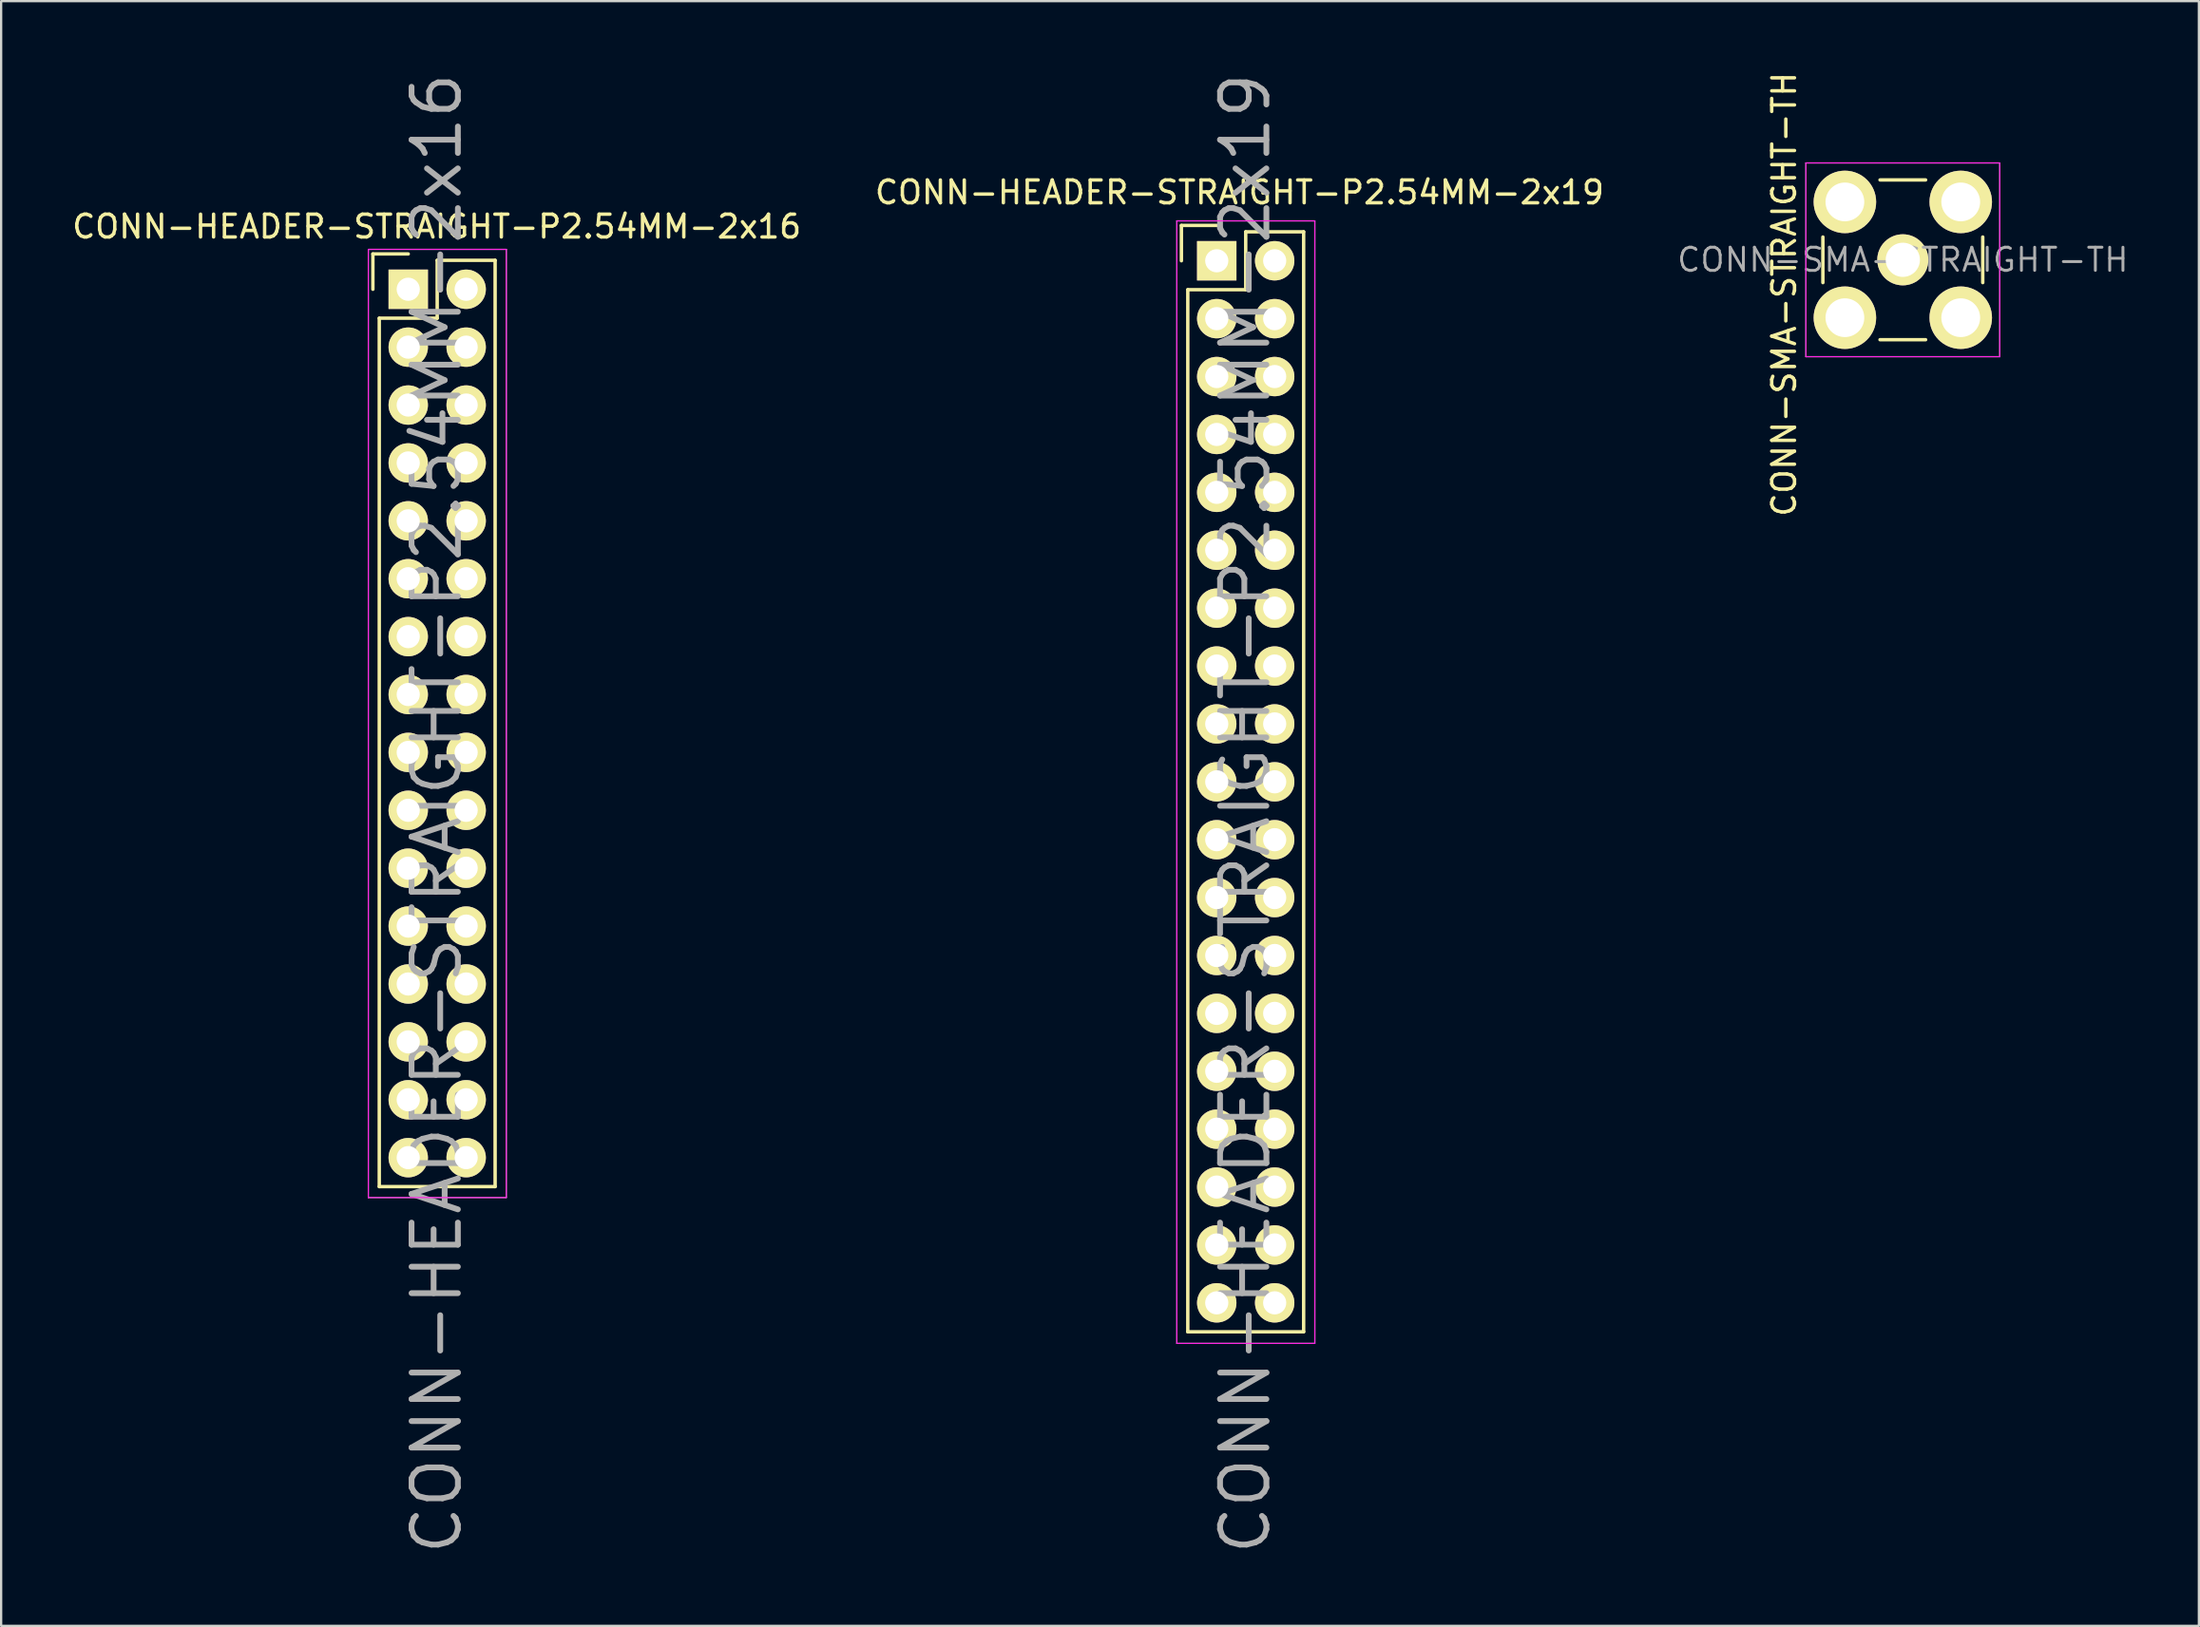
<source format=kicad_pcb>
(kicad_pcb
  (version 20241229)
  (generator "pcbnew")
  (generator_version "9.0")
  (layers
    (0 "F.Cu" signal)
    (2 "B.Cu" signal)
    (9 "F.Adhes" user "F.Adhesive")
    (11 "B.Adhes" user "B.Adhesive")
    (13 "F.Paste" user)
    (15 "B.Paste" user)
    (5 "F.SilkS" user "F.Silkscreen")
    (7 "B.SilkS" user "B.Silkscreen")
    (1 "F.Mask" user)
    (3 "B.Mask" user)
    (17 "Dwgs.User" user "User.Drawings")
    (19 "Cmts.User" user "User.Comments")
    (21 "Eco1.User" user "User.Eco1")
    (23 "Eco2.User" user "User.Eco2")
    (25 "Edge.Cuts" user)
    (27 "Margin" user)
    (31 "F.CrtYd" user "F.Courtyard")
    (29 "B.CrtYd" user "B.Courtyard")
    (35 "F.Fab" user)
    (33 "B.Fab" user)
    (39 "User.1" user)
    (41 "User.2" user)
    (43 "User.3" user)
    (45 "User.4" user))
  (footprint "CONN-HEADER-STRAIGHT-P2.54MM-2x19"
    (layer "F.Cu")
    (at 50.304 8.391)
    (property "Reference" "CONN-HEADER-STRAIGHT-P2.54MM-2x19" (at 1.25 24.25 90) (layer "F.Fab") (effects (font (size 2.032 2.032) (thickness 0.254))))
    (attr through_hole)
    (fp_line (start -1.55 -1.55) (end -1.55 0) (stroke (width 0.15) (type solid)) (layer "F.SilkS"))
    (fp_line (start -1.27 46.99) (end -1.27 1.27) (stroke (width 0.15) (type solid)) (layer "F.SilkS"))
    (fp_line (start 0 -1.55) (end -1.55 -1.55) (stroke (width 0.15) (type solid)) (layer "F.SilkS"))
    (fp_line (start 1.27 -1.27) (end 1.27 1.27) (stroke (width 0.15) (type solid)) (layer "F.SilkS"))
    (fp_line (start 1.27 1.27) (end -1.27 1.27) (stroke (width 0.15) (type solid)) (layer "F.SilkS"))
    (fp_line (start 3.81 -1.27) (end 1.27 -1.27) (stroke (width 0.15) (type solid)) (layer "F.SilkS"))
    (fp_line (start 3.81 -1.27) (end 3.81 46.99) (stroke (width 0.15) (type solid)) (layer "F.SilkS"))
    (fp_line (start 3.81 46.99) (end -1.27 46.99) (stroke (width 0.15) (type solid)) (layer "F.SilkS"))
    (fp_line (start -1.75 -1.75) (end -1.75 47.5) (stroke (width 0.05) (type solid)) (layer "F.CrtYd"))
    (fp_line (start -1.75 -1.75) (end 4.3 -1.75) (stroke (width 0.05) (type solid)) (layer "F.CrtYd"))
    (fp_line (start -1.75 47.5) (end 4.3 47.5) (stroke (width 0.05) (type solid)) (layer "F.CrtYd"))
    (fp_line (start 4.3 -1.75) (end 4.3 47.5) (stroke (width 0.05) (type solid)) (layer "F.CrtYd"))
    (fp_line (start -1.75 -1.75) (end -1.75 47.5) (stroke (width 0.05) (type solid)) (layer "F.Fab"))
    (fp_line (start -1.75 -1.75) (end 4.3 -1.75) (stroke (width 0.05) (type solid)) (layer "F.Fab"))
    (fp_line (start -1.75 47.5) (end 4.3 47.5) (stroke (width 0.05) (type solid)) (layer "F.Fab"))
    (fp_line (start 4.3 -1.75) (end 4.3 47.5) (stroke (width 0.05) (type solid)) (layer "F.Fab"))
    (fp_text user "${REFERENCE}" (at 1 -3 0) (layer "F.SilkS") (effects (font (size 1 1) (thickness 0.15))))
    (pad "1" thru_hole rect (at 0 0) (size 1.727 1.727) (drill 1.016) (layers "*.Cu" "*.Mask" "F.SilkS"))
    (pad "2" thru_hole oval (at 2.54 0) (size 1.727 1.727) (drill 1.016) (layers "*.Cu" "*.Mask" "F.SilkS"))
    (pad "3" thru_hole oval (at 0 2.54) (size 1.727 1.727) (drill 1.016) (layers "*.Cu" "*.Mask" "F.SilkS"))
    (pad "4" thru_hole oval (at 2.54 2.54) (size 1.727 1.727) (drill 1.016) (layers "*.Cu" "*.Mask" "F.SilkS"))
    (pad "5" thru_hole oval (at 0 5.08) (size 1.727 1.727) (drill 1.016) (layers "*.Cu" "*.Mask" "F.SilkS"))
    (pad "6" thru_hole oval (at 2.54 5.08) (size 1.727 1.727) (drill 1.016) (layers "*.Cu" "*.Mask" "F.SilkS"))
    (pad "7" thru_hole oval (at 0 7.62) (size 1.727 1.727) (drill 1.016) (layers "*.Cu" "*.Mask" "F.SilkS"))
    (pad "8" thru_hole oval (at 2.54 7.62) (size 1.727 1.727) (drill 1.016) (layers "*.Cu" "*.Mask" "F.SilkS"))
    (pad "9" thru_hole oval (at 0 10.16) (size 1.727 1.727) (drill 1.016) (layers "*.Cu" "*.Mask" "F.SilkS"))
    (pad "10" thru_hole oval (at 2.54 10.16) (size 1.727 1.727) (drill 1.016) (layers "*.Cu" "*.Mask" "F.SilkS"))
    (pad "11" thru_hole oval (at 0 12.7) (size 1.727 1.727) (drill 1.016) (layers "*.Cu" "*.Mask" "F.SilkS"))
    (pad "12" thru_hole oval (at 2.54 12.7) (size 1.727 1.727) (drill 1.016) (layers "*.Cu" "*.Mask" "F.SilkS"))
    (pad "13" thru_hole oval (at 0 15.24) (size 1.727 1.727) (drill 1.016) (layers "*.Cu" "*.Mask" "F.SilkS"))
    (pad "14" thru_hole oval (at 2.54 15.24) (size 1.727 1.727) (drill 1.016) (layers "*.Cu" "*.Mask" "F.SilkS"))
    (pad "15" thru_hole oval (at 0 17.78) (size 1.727 1.727) (drill 1.016) (layers "*.Cu" "*.Mask" "F.SilkS"))
    (pad "16" thru_hole oval (at 2.54 17.78) (size 1.727 1.727) (drill 1.016) (layers "*.Cu" "*.Mask" "F.SilkS"))
    (pad "17" thru_hole oval (at 0 20.32) (size 1.727 1.727) (drill 1.016) (layers "*.Cu" "*.Mask" "F.SilkS"))
    (pad "18" thru_hole oval (at 2.54 20.32) (size 1.727 1.727) (drill 1.016) (layers "*.Cu" "*.Mask" "F.SilkS"))
    (pad "19" thru_hole oval (at 0 22.86) (size 1.727 1.727) (drill 1.016) (layers "*.Cu" "*.Mask" "F.SilkS"))
    (pad "20" thru_hole oval (at 2.54 22.86) (size 1.727 1.727) (drill 1.016) (layers "*.Cu" "*.Mask" "F.SilkS"))
    (pad "21" thru_hole oval (at 0 25.4) (size 1.727 1.727) (drill 1.016) (layers "*.Cu" "*.Mask" "F.SilkS"))
    (pad "22" thru_hole oval (at 2.54 25.4) (size 1.727 1.727) (drill 1.016) (layers "*.Cu" "*.Mask" "F.SilkS"))
    (pad "23" thru_hole oval (at 0 27.94) (size 1.727 1.727) (drill 1.016) (layers "*.Cu" "*.Mask" "F.SilkS"))
    (pad "24" thru_hole oval (at 2.54 27.94) (size 1.727 1.727) (drill 1.016) (layers "*.Cu" "*.Mask" "F.SilkS"))
    (pad "25" thru_hole oval (at 0 30.48) (size 1.727 1.727) (drill 1.016) (layers "*.Cu" "*.Mask" "F.SilkS"))
    (pad "26" thru_hole oval (at 2.54 30.48) (size 1.727 1.727) (drill 1.016) (layers "*.Cu" "*.Mask" "F.SilkS"))
    (pad "27" thru_hole oval (at 0 33.02) (size 1.727 1.727) (drill 1.016) (layers "*.Cu" "*.Mask" "F.SilkS"))
    (pad "28" thru_hole oval (at 2.54 33.02) (size 1.727 1.727) (drill 1.016) (layers "*.Cu" "*.Mask" "F.SilkS"))
    (pad "29" thru_hole oval (at 0 35.56) (size 1.727 1.727) (drill 1.016) (layers "*.Cu" "*.Mask" "F.SilkS"))
    (pad "30" thru_hole oval (at 2.54 35.56) (size 1.727 1.727) (drill 1.016) (layers "*.Cu" "*.Mask" "F.SilkS"))
    (pad "31" thru_hole oval (at 0 38.1) (size 1.727 1.727) (drill 1.016) (layers "*.Cu" "*.Mask" "F.SilkS"))
    (pad "32" thru_hole oval (at 2.54 38.1) (size 1.727 1.727) (drill 1.016) (layers "*.Cu" "*.Mask" "F.SilkS"))
    (pad "33" thru_hole oval (at 0 40.64) (size 1.727 1.727) (drill 1.016) (layers "*.Cu" "*.Mask" "F.SilkS"))
    (pad "34" thru_hole oval (at 2.54 40.64) (size 1.727 1.727) (drill 1.016) (layers "*.Cu" "*.Mask" "F.SilkS"))
    (pad "35" thru_hole oval (at 0 43.18) (size 1.727 1.727) (drill 1.016) (layers "*.Cu" "*.Mask" "F.SilkS"))
    (pad "36" thru_hole oval (at 2.54 43.18) (size 1.727 1.727) (drill 1.016) (layers "*.Cu" "*.Mask" "F.SilkS"))
    (pad "37" thru_hole oval (at 0 45.72) (size 1.727 1.727) (drill 1.016) (layers "*.Cu" "*.Mask" "F.SilkS"))
    (pad "38" thru_hole oval (at 2.54 45.72) (size 1.727 1.727) (drill 1.016) (layers "*.Cu" "*.Mask" "F.SilkS")))
  (footprint "CONN-HEADER-STRAIGHT-P2.54MM-2x16"
    (layer "F.Cu")
    (at 14.851 9.641)
    (property "Reference" "CONN-HEADER-STRAIGHT-P2.54MM-2x16" (at 1.25 23 90) (layer "F.Fab") (effects (font (size 2.032 2.032) (thickness 0.254))))
    (attr through_hole)
    (fp_line (start -1.55 -1.55) (end -1.55 0) (stroke (width 0.15) (type solid)) (layer "F.SilkS"))
    (fp_line (start -1.27 1.27) (end -1.27 39.37) (stroke (width 0.15) (type solid)) (layer "F.SilkS"))
    (fp_line (start 0 -1.55) (end -1.55 -1.55) (stroke (width 0.15) (type solid)) (layer "F.SilkS"))
    (fp_line (start 1.27 -1.27) (end 1.27 1.27) (stroke (width 0.15) (type solid)) (layer "F.SilkS"))
    (fp_line (start 1.27 1.27) (end -1.27 1.27) (stroke (width 0.15) (type solid)) (layer "F.SilkS"))
    (fp_line (start 3.81 -1.27) (end 1.27 -1.27) (stroke (width 0.15) (type solid)) (layer "F.SilkS"))
    (fp_line (start 3.81 39.37) (end -1.27 39.37) (stroke (width 0.15) (type solid)) (layer "F.SilkS"))
    (fp_line (start 3.81 39.37) (end 3.81 -1.27) (stroke (width 0.15) (type solid)) (layer "F.SilkS"))
    (fp_line (start -1.75 -1.75) (end -1.75 39.85) (stroke (width 0.05) (type solid)) (layer "F.CrtYd"))
    (fp_line (start -1.75 -1.75) (end 4.3 -1.75) (stroke (width 0.05) (type solid)) (layer "F.CrtYd"))
    (fp_line (start -1.75 39.85) (end 4.3 39.85) (stroke (width 0.05) (type solid)) (layer "F.CrtYd"))
    (fp_line (start 4.3 -1.75) (end 4.3 39.85) (stroke (width 0.05) (type solid)) (layer "F.CrtYd"))
    (fp_line (start -1.75 -1.75) (end -1.75 39.85) (stroke (width 0.05) (type solid)) (layer "F.Fab"))
    (fp_line (start -1.75 -1.75) (end 4.3 -1.75) (stroke (width 0.05) (type solid)) (layer "F.Fab"))
    (fp_line (start -1.75 39.85) (end 4.3 39.85) (stroke (width 0.05) (type solid)) (layer "F.Fab"))
    (fp_line (start 4.3 -1.75) (end 4.3 39.85) (stroke (width 0.05) (type solid)) (layer "F.Fab"))
    (fp_text user "${REFERENCE}" (at 1.25 -2.75 0) (layer "F.SilkS") (effects (font (size 1 1) (thickness 0.15))))
    (pad "1" thru_hole rect (at 0 0) (size 1.727 1.727) (drill 1.016) (layers "*.Cu" "*.Mask" "F.SilkS"))
    (pad "2" thru_hole oval (at 2.54 0) (size 1.727 1.727) (drill 1.016) (layers "*.Cu" "*.Mask" "F.SilkS"))
    (pad "3" thru_hole oval (at 0 2.54) (size 1.727 1.727) (drill 1.016) (layers "*.Cu" "*.Mask" "F.SilkS"))
    (pad "4" thru_hole oval (at 2.54 2.54) (size 1.727 1.727) (drill 1.016) (layers "*.Cu" "*.Mask" "F.SilkS"))
    (pad "5" thru_hole oval (at 0 5.08) (size 1.727 1.727) (drill 1.016) (layers "*.Cu" "*.Mask" "F.SilkS"))
    (pad "6" thru_hole oval (at 2.54 5.08) (size 1.727 1.727) (drill 1.016) (layers "*.Cu" "*.Mask" "F.SilkS"))
    (pad "7" thru_hole oval (at 0 7.62) (size 1.727 1.727) (drill 1.016) (layers "*.Cu" "*.Mask" "F.SilkS"))
    (pad "8" thru_hole oval (at 2.54 7.62) (size 1.727 1.727) (drill 1.016) (layers "*.Cu" "*.Mask" "F.SilkS"))
    (pad "9" thru_hole oval (at 0 10.16) (size 1.727 1.727) (drill 1.016) (layers "*.Cu" "*.Mask" "F.SilkS"))
    (pad "10" thru_hole oval (at 2.54 10.16) (size 1.727 1.727) (drill 1.016) (layers "*.Cu" "*.Mask" "F.SilkS"))
    (pad "11" thru_hole oval (at 0 12.7) (size 1.727 1.727) (drill 1.016) (layers "*.Cu" "*.Mask" "F.SilkS"))
    (pad "12" thru_hole oval (at 2.54 12.7) (size 1.727 1.727) (drill 1.016) (layers "*.Cu" "*.Mask" "F.SilkS"))
    (pad "13" thru_hole oval (at 0 15.24) (size 1.727 1.727) (drill 1.016) (layers "*.Cu" "*.Mask" "F.SilkS"))
    (pad "14" thru_hole oval (at 2.54 15.24) (size 1.727 1.727) (drill 1.016) (layers "*.Cu" "*.Mask" "F.SilkS"))
    (pad "15" thru_hole oval (at 0 17.78) (size 1.727 1.727) (drill 1.016) (layers "*.Cu" "*.Mask" "F.SilkS"))
    (pad "16" thru_hole oval (at 2.54 17.78) (size 1.727 1.727) (drill 1.016) (layers "*.Cu" "*.Mask" "F.SilkS"))
    (pad "17" thru_hole oval (at 0 20.32) (size 1.727 1.727) (drill 1.016) (layers "*.Cu" "*.Mask" "F.SilkS"))
    (pad "18" thru_hole oval (at 2.54 20.32) (size 1.727 1.727) (drill 1.016) (layers "*.Cu" "*.Mask" "F.SilkS"))
    (pad "19" thru_hole oval (at 0 22.86) (size 1.727 1.727) (drill 1.016) (layers "*.Cu" "*.Mask" "F.SilkS"))
    (pad "20" thru_hole oval (at 2.54 22.86) (size 1.727 1.727) (drill 1.016) (layers "*.Cu" "*.Mask" "F.SilkS"))
    (pad "21" thru_hole oval (at 0 25.4) (size 1.727 1.727) (drill 1.016) (layers "*.Cu" "*.Mask" "F.SilkS"))
    (pad "22" thru_hole oval (at 2.54 25.4) (size 1.727 1.727) (drill 1.016) (layers "*.Cu" "*.Mask" "F.SilkS"))
    (pad "23" thru_hole oval (at 0 27.94) (size 1.727 1.727) (drill 1.016) (layers "*.Cu" "*.Mask" "F.SilkS"))
    (pad "24" thru_hole oval (at 2.54 27.94) (size 1.727 1.727) (drill 1.016) (layers "*.Cu" "*.Mask" "F.SilkS"))
    (pad "25" thru_hole oval (at 0 30.48) (size 1.727 1.727) (drill 1.016) (layers "*.Cu" "*.Mask" "F.SilkS"))
    (pad "26" thru_hole oval (at 2.54 30.48) (size 1.727 1.727) (drill 1.016) (layers "*.Cu" "*.Mask" "F.SilkS"))
    (pad "27" thru_hole oval (at 0 33.02) (size 1.727 1.727) (drill 1.016) (layers "*.Cu" "*.Mask" "F.SilkS"))
    (pad "28" thru_hole oval (at 2.54 33.02) (size 1.727 1.727) (drill 1.016) (layers "*.Cu" "*.Mask" "F.SilkS"))
    (pad "29" thru_hole oval (at 0 35.56) (size 1.727 1.727) (drill 1.016) (layers "*.Cu" "*.Mask" "F.SilkS"))
    (pad "30" thru_hole oval (at 2.54 35.56) (size 1.727 1.727) (drill 1.016) (layers "*.Cu" "*.Mask" "F.SilkS"))
    (pad "31" thru_hole oval (at 0 38.1) (size 1.727 1.727) (drill 1.016) (layers "*.Cu" "*.Mask" "F.SilkS"))
    (pad "32" thru_hole oval (at 2.54 38.1) (size 1.727 1.727) (drill 1.016) (layers "*.Cu" "*.Mask" "F.SilkS")))
  (footprint "CONN-SMA-STRAIGHT-TH"
    (layer "F.Cu")
    (at 80.388 8.349)
    (property "Reference" "CONN-SMA-STRAIGHT-TH" (at 0 0 0) (layer "F.Fab") (effects (font (size 1.016 1.016) (thickness 0.127))))
    (attr through_hole)
    (fp_line (start -3.505 1) (end -3.505 -1) (stroke (width 0.15) (type solid)) (layer "F.SilkS"))
    (fp_line (start -1 -3.505) (end 1 -3.505) (stroke (width 0.15) (type solid)) (layer "F.SilkS"))
    (fp_line (start 1 3.505) (end -1 3.505) (stroke (width 0.15) (type solid)) (layer "F.SilkS"))
    (fp_line (start 3.505 -1) (end 3.505 1) (stroke (width 0.15) (type solid)) (layer "F.SilkS"))
    (fp_line (start -4.25 -4.25) (end 4.25 -4.25) (stroke (width 0.05) (type solid)) (layer "F.CrtYd"))
    (fp_line (start -4.25 4.25) (end -4.25 -4.25) (stroke (width 0.05) (type solid)) (layer "F.CrtYd"))
    (fp_line (start 4.25 -4.25) (end 4.25 4.25) (stroke (width 0.05) (type solid)) (layer "F.CrtYd"))
    (fp_line (start 4.25 4.25) (end -4.25 4.25) (stroke (width 0.05) (type solid)) (layer "F.CrtYd"))
    (fp_line (start -4.25 -4.25) (end 4.25 -4.25) (stroke (width 0.05) (type solid)) (layer "F.Fab"))
    (fp_line (start -4.25 4.25) (end -4.25 -4.25) (stroke (width 0.05) (type solid)) (layer "F.Fab"))
    (fp_line (start 4.25 -4.25) (end 4.25 4.25) (stroke (width 0.05) (type solid)) (layer "F.Fab"))
    (fp_line (start 4.25 4.25) (end -4.25 4.25) (stroke (width 0.05) (type solid)) (layer "F.Fab"))
    (fp_text user "${REFERENCE}" (at -5.204 1.514 90) (layer "F.SilkS") (effects (font (size 1 1) (thickness 0.15))))
    (pad "1" thru_hole circle (at 0 0) (size 2.24 2.24) (drill 1.5) (layers "*.Cu" "*.Mask" "F.SilkS"))
    (pad "2" thru_hole circle (at -2.54 -2.54) (size 2.74 2.74) (drill 1.7) (layers "*.Cu" "*.Mask" "F.SilkS"))
    (pad "2" thru_hole circle (at -2.54 2.54) (size 2.74 2.74) (drill 1.7) (layers "*.Cu" "*.Mask" "F.SilkS"))
    (pad "2" thru_hole circle (at 2.54 -2.54) (size 2.74 2.74) (drill 1.7) (layers "*.Cu" "*.Mask" "F.SilkS"))
    (pad "2" thru_hole circle (at 2.54 2.54) (size 2.74 2.74) (drill 1.7) (layers "*.Cu" "*.Mask" "F.SilkS")))
  (gr_rect
    (start -3 -3)
    (end 93.37 68.283)
    (stroke (width 0.1) (type default))
    (fill no)
    (layer "Edge.Cuts")))
</source>
